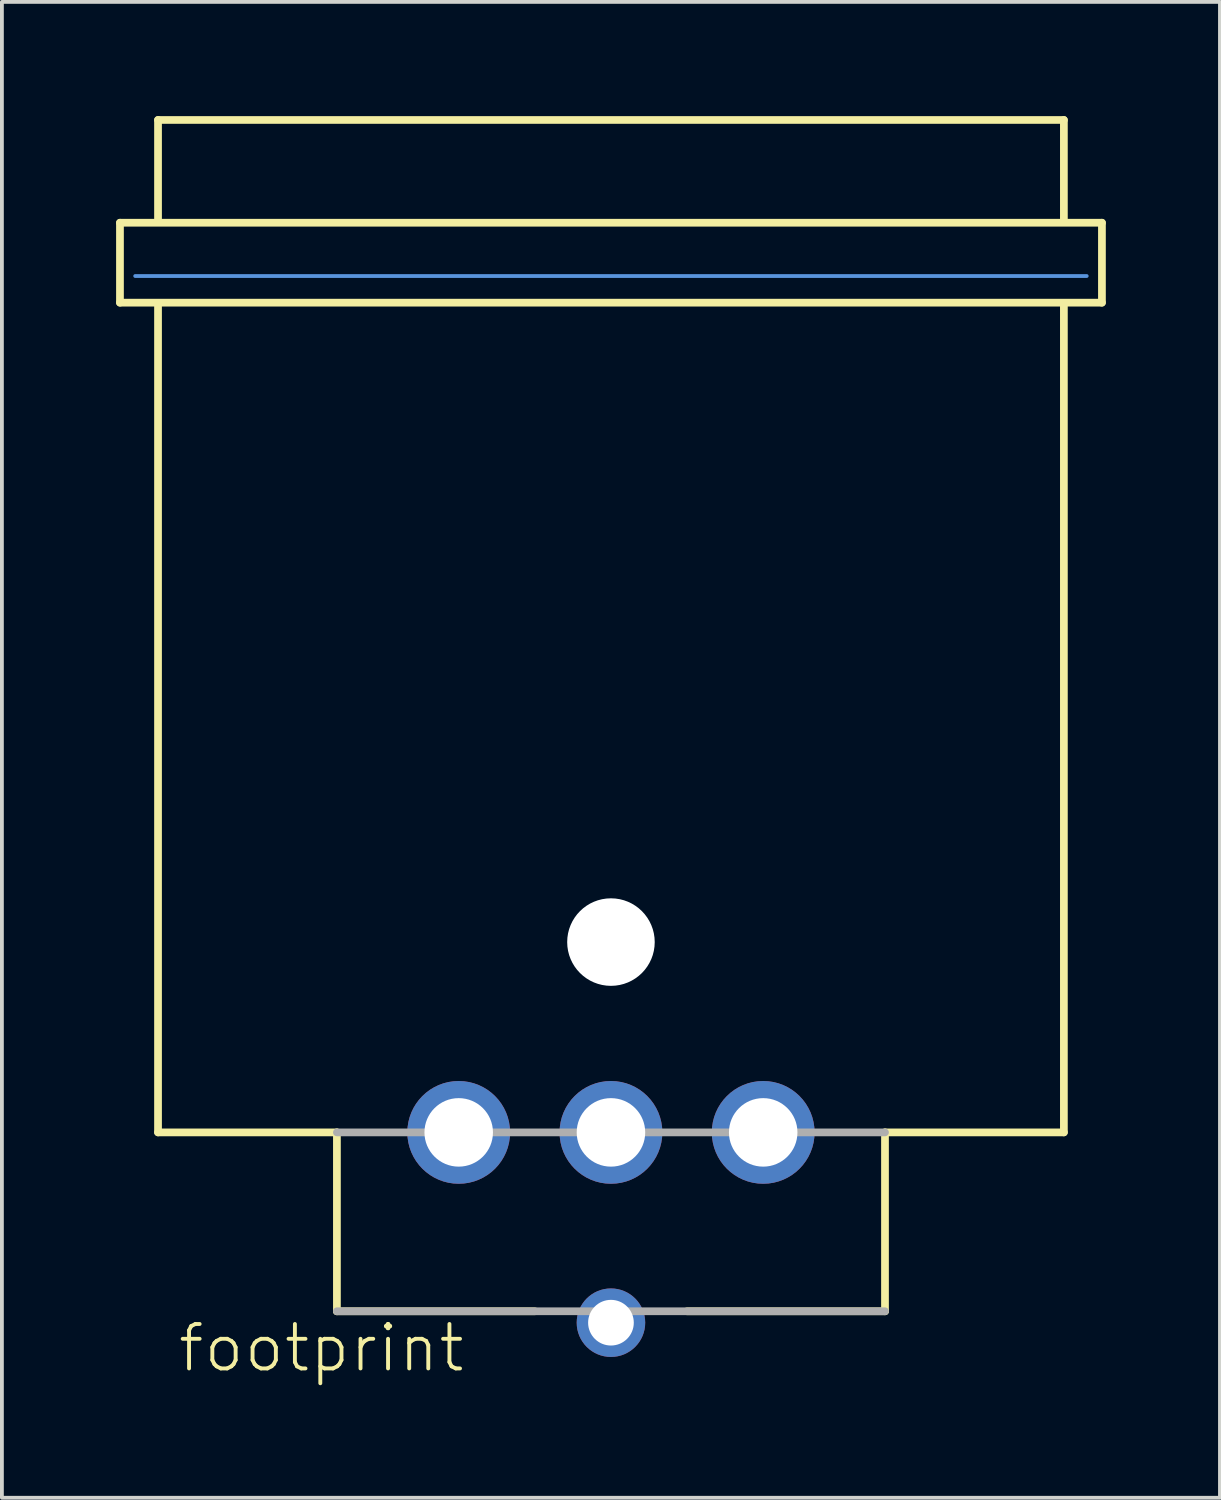
<source format=kicad_pcb>
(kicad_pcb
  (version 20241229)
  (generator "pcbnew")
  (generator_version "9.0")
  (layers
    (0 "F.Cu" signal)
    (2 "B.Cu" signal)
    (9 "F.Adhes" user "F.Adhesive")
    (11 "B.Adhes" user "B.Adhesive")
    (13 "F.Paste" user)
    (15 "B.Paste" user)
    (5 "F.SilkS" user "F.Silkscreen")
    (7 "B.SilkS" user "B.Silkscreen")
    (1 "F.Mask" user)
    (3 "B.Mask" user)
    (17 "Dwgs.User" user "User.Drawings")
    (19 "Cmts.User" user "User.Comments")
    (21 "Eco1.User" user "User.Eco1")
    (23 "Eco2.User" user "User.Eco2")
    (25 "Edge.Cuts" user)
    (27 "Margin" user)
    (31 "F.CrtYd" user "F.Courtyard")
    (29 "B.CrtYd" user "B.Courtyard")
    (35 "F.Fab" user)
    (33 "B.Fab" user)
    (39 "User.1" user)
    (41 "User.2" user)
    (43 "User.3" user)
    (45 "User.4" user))
  (footprint "footprint"
    (layer "F.Cu")
    (at 13.002 26.702)
    (property "Reference" "footprint" (at -11.43 6.35 0) (layer "F.SilkS") (effects (font (size 1.168 1.168) (thickness 0.102)) (justify left bottom)))
    (fp_line (start -12.9 -23.9) (end 12.9 -23.9) (stroke (width 0.203) (type solid)) (layer "F.SilkS"))
    (fp_line (start -12.9 -21.8) (end -12.9 -23.9) (stroke (width 0.203) (type solid)) (layer "F.SilkS"))
    (fp_line (start -11.9 -26.6) (end 11.9 -26.6) (stroke (width 0.203) (type solid)) (layer "F.SilkS"))
    (fp_line (start -11.9 -24) (end -11.9 -26.6) (stroke (width 0.203) (type solid)) (layer "F.SilkS"))
    (fp_line (start -11.9 0) (end -11.9 -21.7) (stroke (width 0.203) (type solid)) (layer "F.SilkS"))
    (fp_line (start -7.2 0) (end -11.9 0) (stroke (width 0.203) (type solid)) (layer "F.SilkS"))
    (fp_line (start -7.2 4.7) (end -7.2 0) (stroke (width 0.203) (type solid)) (layer "F.SilkS"))
    (fp_line (start -2 4.7) (end -7.2 4.7) (stroke (width 0.203) (type solid)) (layer "F.SilkS"))
    (fp_line (start 7.2 4.7) (end 2 4.7) (stroke (width 0.203) (type solid)) (layer "F.SilkS"))
    (fp_line (start 7.2 4.7) (end 7.2 0) (stroke (width 0.203) (type solid)) (layer "F.SilkS"))
    (fp_line (start 11.9 -26.6) (end 11.9 -24) (stroke (width 0.203) (type solid)) (layer "F.SilkS"))
    (fp_line (start 11.9 -21.7) (end 11.9 0) (stroke (width 0.203) (type solid)) (layer "F.SilkS"))
    (fp_line (start 11.9 0) (end 7.2 0) (stroke (width 0.203) (type solid)) (layer "F.SilkS"))
    (fp_line (start 12.9 -23.9) (end 12.9 -21.8) (stroke (width 0.203) (type solid)) (layer "F.SilkS"))
    (fp_line (start 12.9 -21.8) (end -12.9 -21.8) (stroke (width 0.203) (type solid)) (layer "F.SilkS"))
    (fp_line (start -12.5 -22.5) (end 12.5 -22.5) (stroke (width 0.1) (type solid)) (layer "Cmts.User"))
    (fp_line (start 7.2 0) (end -7.2 0) (stroke (width 0.203) (type solid)) (layer "F.Fab"))
    (fp_line (start 7.2 4.7) (end -7.2 4.7) (stroke (width 0.203) (type solid)) (layer "F.Fab"))
    (pad "" np_thru_hole circle (at 0 -5) (size 2.3 2.3) (drill 2.3) (layers "*.Cu" "*.Mask"))
    (pad "1" thru_hole circle (at -4 0) (size 2.7 2.7) (drill 1.8) (layers "*.Cu" "*.Mask"))
    (pad "2" thru_hole circle (at 4 0) (size 2.7 2.7) (drill 1.8) (layers "*.Cu" "*.Mask"))
    (pad "3" thru_hole circle (at 0 0) (size 2.7 2.7) (drill 1.8) (layers "*.Cu" "*.Mask"))
    (pad "G" thru_hole circle (at 0 5) (size 1.8 1.8) (drill 1.2) (layers "*.Cu" "*.Mask")))
  (gr_rect
    (start -3 -3)
    (end 29.003 36.302)
    (stroke (width 0.1) (type default))
    (fill no)
    (layer "Edge.Cuts")))
</source>
